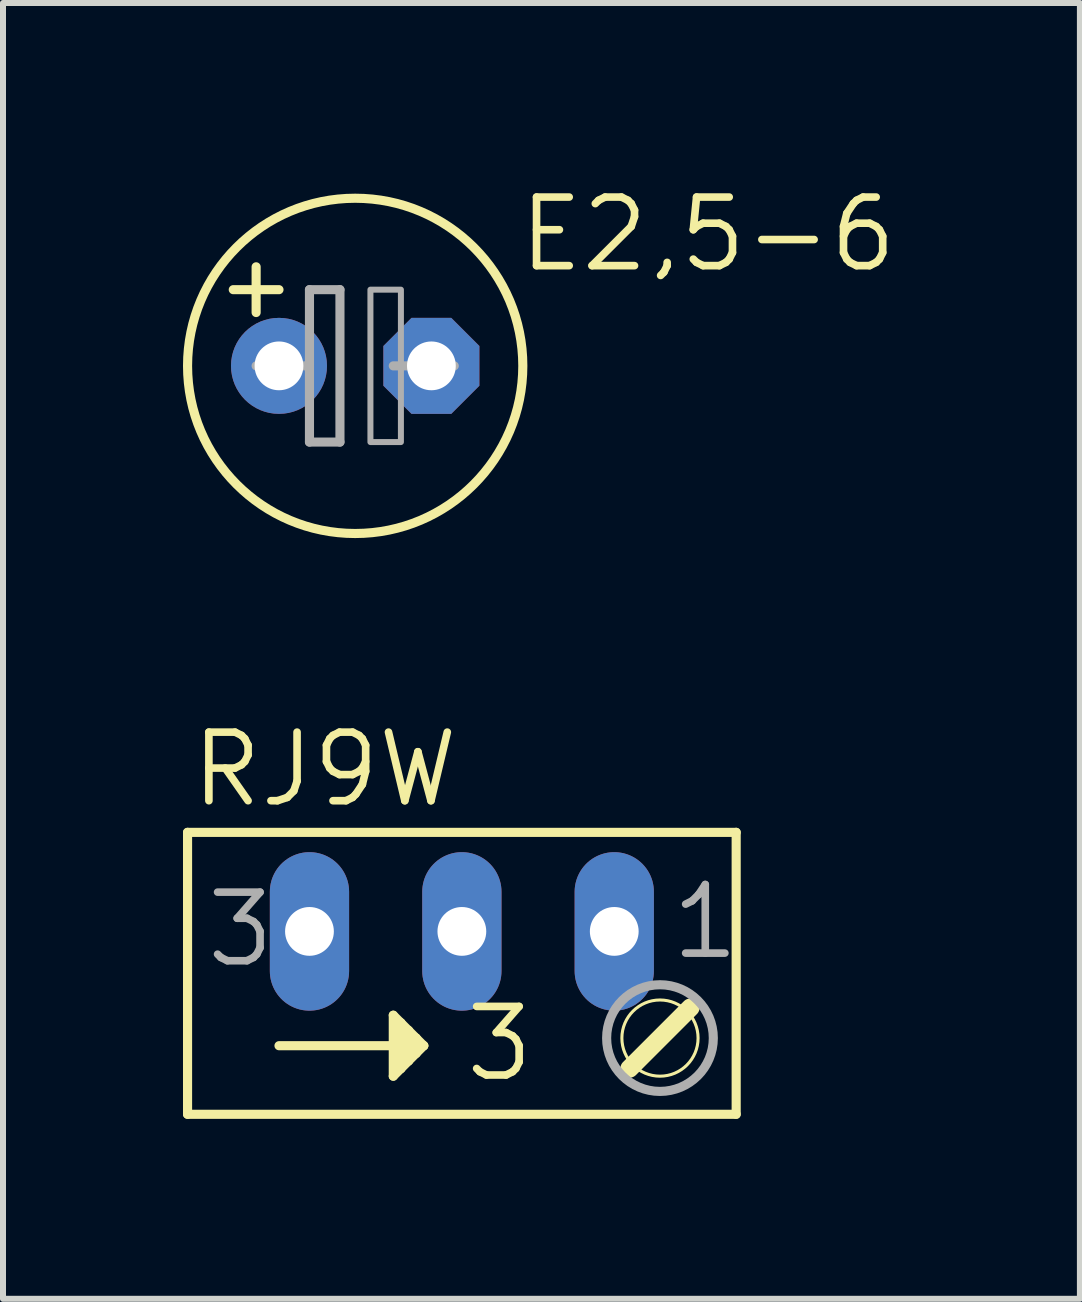
<source format=kicad_pcb>
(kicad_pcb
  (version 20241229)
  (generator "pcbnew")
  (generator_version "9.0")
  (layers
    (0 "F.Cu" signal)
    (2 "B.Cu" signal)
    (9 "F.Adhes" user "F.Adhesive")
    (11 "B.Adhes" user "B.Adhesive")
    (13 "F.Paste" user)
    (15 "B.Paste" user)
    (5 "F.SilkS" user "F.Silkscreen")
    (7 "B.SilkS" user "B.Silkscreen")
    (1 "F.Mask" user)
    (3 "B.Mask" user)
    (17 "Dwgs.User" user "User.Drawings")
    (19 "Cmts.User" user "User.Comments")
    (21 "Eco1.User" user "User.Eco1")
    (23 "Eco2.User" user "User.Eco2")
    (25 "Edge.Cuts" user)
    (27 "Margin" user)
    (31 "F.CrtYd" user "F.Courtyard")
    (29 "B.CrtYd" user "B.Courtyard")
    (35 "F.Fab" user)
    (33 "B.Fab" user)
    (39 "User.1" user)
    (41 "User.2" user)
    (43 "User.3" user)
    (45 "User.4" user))
  (footprint "RJ9W"
    (layer "F.Cu")
    (at 4.648 13.109)
    (property "Reference" "RJ9W" (at -4.572 -2.667 0) (unlocked yes) (layer "F.SilkS") (effects (font (size 1.143 1.143) (thickness 0.127)) (justify left bottom)))
    (fp_line (start -4.572 2.413) (end -4.572 -2.286) (stroke (width 0.152) (type solid)) (layer "F.SilkS"))
    (fp_line (start -4.572 2.413) (end 4.572 2.413) (stroke (width 0.152) (type solid)) (layer "F.SilkS"))
    (fp_line (start -3.048 1.27) (end -1.016 1.27) (stroke (width 0.152) (type solid)) (layer "F.SilkS"))
    (fp_line (start -1.143 0.762) (end -1.143 1.778) (stroke (width 0.152) (type solid)) (layer "F.SilkS"))
    (fp_line (start -1.143 1.778) (end -1.016 1.651) (stroke (width 0.152) (type solid)) (layer "F.SilkS"))
    (fp_line (start -1.016 0.889) (end -1.143 0.762) (stroke (width 0.152) (type solid)) (layer "F.SilkS"))
    (fp_line (start -1.016 1.27) (end -1.016 0.889) (stroke (width 0.152) (type solid)) (layer "F.SilkS"))
    (fp_line (start -1.016 1.651) (end -1.016 1.27) (stroke (width 0.152) (type solid)) (layer "F.SilkS"))
    (fp_line (start -0.889 1.016) (end -1.016 0.889) (stroke (width 0.152) (type solid)) (layer "F.SilkS"))
    (fp_line (start -0.889 1.524) (end -1.016 1.651) (stroke (width 0.152) (type solid)) (layer "F.SilkS"))
    (fp_line (start -0.889 1.524) (end -0.889 1.016) (stroke (width 0.152) (type solid)) (layer "F.SilkS"))
    (fp_line (start -0.762 1.143) (end -0.889 1.016) (stroke (width 0.152) (type solid)) (layer "F.SilkS"))
    (fp_line (start -0.762 1.397) (end -0.889 1.524) (stroke (width 0.152) (type solid)) (layer "F.SilkS"))
    (fp_line (start -0.762 1.397) (end -0.762 1.143) (stroke (width 0.152) (type solid)) (layer "F.SilkS"))
    (fp_line (start -0.635 1.27) (end -1.016 1.27) (stroke (width 0.152) (type solid)) (layer "F.SilkS"))
    (fp_line (start -0.635 1.27) (end -0.762 1.143) (stroke (width 0.152) (type solid)) (layer "F.SilkS"))
    (fp_line (start -0.635 1.27) (end -0.762 1.397) (stroke (width 0.152) (type solid)) (layer "F.SilkS"))
    (fp_line (start 3.81 0.635) (end 2.794 1.651) (stroke (width 0.305) (type solid)) (layer "F.SilkS"))
    (fp_line (start 4.572 -2.286) (end -4.572 -2.286) (stroke (width 0.152) (type solid)) (layer "F.SilkS"))
    (fp_line (start 4.572 -2.286) (end 4.572 2.413) (stroke (width 0.152) (type solid)) (layer "F.SilkS"))
    (fp_circle (center 3.302 1.143) (end 3.937 1.143) (stroke (width 0.051) (type solid)) (fill no) (layer "F.SilkS"))
    (fp_circle (center 3.302 1.143) (end 4.191 1.143) (stroke (width 0.152) (type solid)) (fill no) (layer "F.Fab"))
    (fp_text user "3" (at 0 1.905 0) (unlocked yes) (layer "F.SilkS") (effects (font (size 1.143 1.143) (thickness 0.127)) (justify left bottom)))
    (fp_text user "1" (at 3.429 -0.127 0) (unlocked yes) (layer "F.Fab") (effects (font (size 1.143 1.143) (thickness 0.127)) (justify left bottom)))
    (fp_text user "3" (at -4.318 0 0) (unlocked yes) (layer "F.Fab") (effects (font (size 1.143 1.143) (thickness 0.127)) (justify left bottom)))
    (pad "A" thru_hole oval (at 2.54 -0.635 90) (size 2.642 1.321) (drill 0.813) (layers "*.Cu" "*.Mask"))
    (pad "E" thru_hole oval (at -2.54 -0.635 90) (size 2.642 1.321) (drill 0.813) (layers "*.Cu" "*.Mask"))
    (pad "S" thru_hole oval (at 0 -0.635 90) (size 2.642 1.321) (drill 0.813) (layers "*.Cu" "*.Mask")))
  (footprint "E2,5-6"
    (layer "F.Cu")
    (at 2.87 3.048)
    (property "Reference" "E2,5-6" (at 2.667 -1.524 0) (unlocked yes) (layer "F.SilkS") (effects (font (size 1.143 1.143) (thickness 0.127)) (justify left bottom)))
    (fp_line (start -2.032 -1.27) (end -1.651 -1.27) (stroke (width 0.152) (type solid)) (layer "F.SilkS"))
    (fp_line (start -1.651 -1.27) (end -1.651 -1.651) (stroke (width 0.152) (type solid)) (layer "F.SilkS"))
    (fp_line (start -1.651 -1.27) (end -1.27 -1.27) (stroke (width 0.152) (type solid)) (layer "F.SilkS"))
    (fp_line (start -1.651 -0.889) (end -1.651 -1.27) (stroke (width 0.152) (type solid)) (layer "F.SilkS"))
    (fp_circle (center 0 0) (end 2.794 0) (stroke (width 0.152) (type solid)) (fill no) (layer "F.SilkS"))
    (fp_line (start -1.651 0) (end -0.762 0) (stroke (width 0.152) (type solid)) (layer "F.Fab"))
    (fp_line (start -0.762 -1.27) (end -0.762 0) (stroke (width 0.152) (type solid)) (layer "F.Fab"))
    (fp_line (start -0.762 0) (end -0.762 1.27) (stroke (width 0.152) (type solid)) (layer "F.Fab"))
    (fp_line (start -0.762 1.27) (end -0.254 1.27) (stroke (width 0.152) (type solid)) (layer "F.Fab"))
    (fp_line (start -0.254 -1.27) (end -0.762 -1.27) (stroke (width 0.152) (type solid)) (layer "F.Fab"))
    (fp_line (start -0.254 1.27) (end -0.254 -1.27) (stroke (width 0.152) (type solid)) (layer "F.Fab"))
    (fp_line (start 0.635 0) (end 1.651 0) (stroke (width 0.152) (type solid)) (layer "F.Fab"))
    (fp_poly (pts (xy 0.254 1.27) (xy 0.762 1.27) (xy 0.762 -1.27) (xy 0.254 -1.27)) (stroke (width 0.1) (type default)) (fill no) (layer "F.Fab"))
    (pad "+" thru_hole circle (at -1.27 0) (size 1.6 1.6) (drill 0.813) (layers "*.Cu" "*.Mask"))
    (pad "-" thru_hole roundrect (at 1.27 0) (size 1.6 1.6) (drill 0.813) (layers "*.Cu" "*.Mask") (roundrect_rratio 0.25) (chamfer_ratio 0.293) (chamfer top_left top_right bottom_left bottom_right)))
  (gr_rect
    (start -3 -3)
    (end 14.949 18.598)
    (stroke (width 0.1) (type default))
    (fill no)
    (layer "Edge.Cuts")))
</source>
